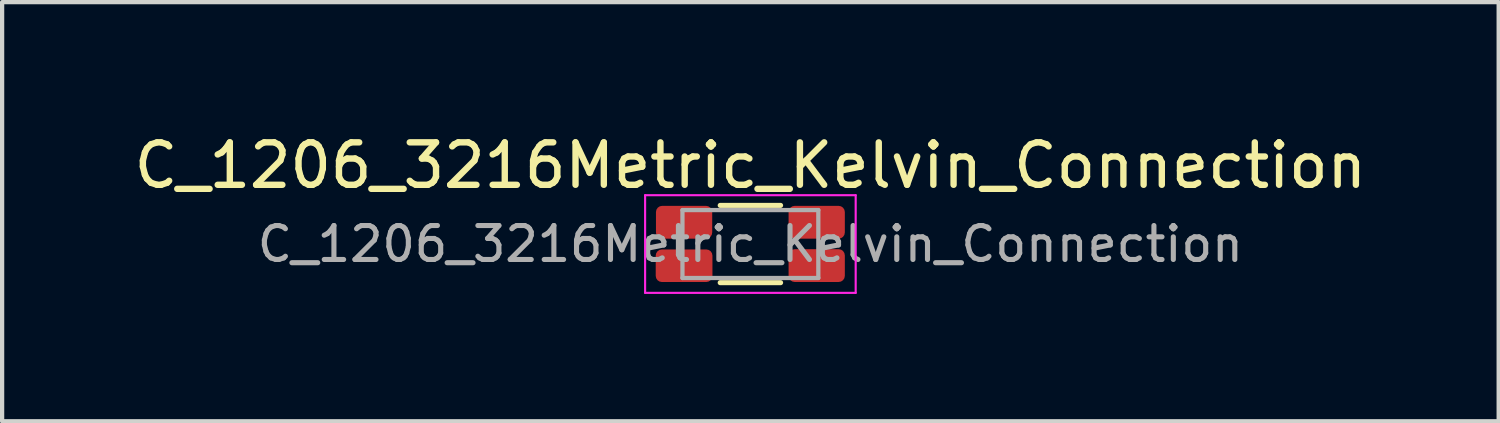
<source format=kicad_pcb>
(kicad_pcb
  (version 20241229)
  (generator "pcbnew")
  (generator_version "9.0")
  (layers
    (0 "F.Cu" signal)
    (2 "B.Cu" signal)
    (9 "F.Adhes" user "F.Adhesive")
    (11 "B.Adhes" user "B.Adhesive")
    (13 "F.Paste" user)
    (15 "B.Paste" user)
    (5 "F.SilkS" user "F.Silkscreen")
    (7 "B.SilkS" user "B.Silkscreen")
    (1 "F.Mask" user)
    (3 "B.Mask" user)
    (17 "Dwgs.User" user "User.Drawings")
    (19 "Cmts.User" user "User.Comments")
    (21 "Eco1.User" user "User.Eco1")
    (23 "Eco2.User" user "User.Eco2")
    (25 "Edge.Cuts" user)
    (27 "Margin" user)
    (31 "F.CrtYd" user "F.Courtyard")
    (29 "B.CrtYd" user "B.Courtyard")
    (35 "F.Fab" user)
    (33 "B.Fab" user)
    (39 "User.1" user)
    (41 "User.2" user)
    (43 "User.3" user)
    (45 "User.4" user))
  (footprint "C_1206_3216Metric_Kelvin_Connection"
    (layer "F.Cu")
    (at 14.625 2.698)
    (property "Reference" "C_1206_3216Metric_Kelvin_Connection" (at 0 -1.85 0) (layer "F.SilkS") (effects (font (size 1 1) (thickness 0.15))))
    (attr smd)
    (fp_line (start -0.711 -0.91) (end 0.711 -0.91) (stroke (width 0.12) (type solid)) (layer "F.SilkS"))
    (fp_line (start -0.711 0.91) (end 0.711 0.91) (stroke (width 0.12) (type solid)) (layer "F.SilkS"))
    (fp_line (start -2.48 -1.15) (end 2.48 -1.15) (stroke (width 0.05) (type solid)) (layer "F.CrtYd"))
    (fp_line (start -2.48 1.15) (end -2.48 -1.15) (stroke (width 0.05) (type solid)) (layer "F.CrtYd"))
    (fp_line (start 2.48 -1.15) (end 2.48 1.15) (stroke (width 0.05) (type solid)) (layer "F.CrtYd"))
    (fp_line (start 2.48 1.15) (end -2.48 1.15) (stroke (width 0.05) (type solid)) (layer "F.CrtYd"))
    (fp_line (start -1.6 -0.8) (end 1.6 -0.8) (stroke (width 0.1) (type solid)) (layer "F.Fab"))
    (fp_line (start -1.6 0.8) (end -1.6 -0.8) (stroke (width 0.1) (type solid)) (layer "F.Fab"))
    (fp_line (start 1.6 -0.8) (end 1.6 0.8) (stroke (width 0.1) (type solid)) (layer "F.Fab"))
    (fp_line (start 1.6 0.8) (end -1.6 0.8) (stroke (width 0.1) (type solid)) (layer "F.Fab"))
    (fp_text user "${REFERENCE}" (at 0 0 0) (layer "F.Fab") (effects (font (size 0.8 0.8) (thickness 0.12))))
    (pad "1" smd roundrect (at -1.562 -0.513) (size 1.325 0.773) (layers "F.Cu" "F.Mask" "F.Paste") (roundrect_rratio 0.189))
    (pad "2" smd roundrect (at -1.562 0.511) (size 1.336 0.767) (layers "F.Cu" "F.Mask" "F.Paste") (roundrect_rratio 0.189))
    (pad "3" smd roundrect (at 1.562 -0.513) (size 1.325 0.773) (layers "F.Cu" "F.Mask" "F.Paste") (roundrect_rratio 0.189))
    (pad "4" smd roundrect (at 1.562 0.508) (size 1.325 0.773) (layers "F.Cu" "F.Mask" "F.Paste") (roundrect_rratio 0.189)))
  (gr_rect
    (start -3 -3)
    (end 32.25 6.873)
    (stroke (width 0.1) (type default))
    (fill no)
    (layer "Edge.Cuts")))
</source>
